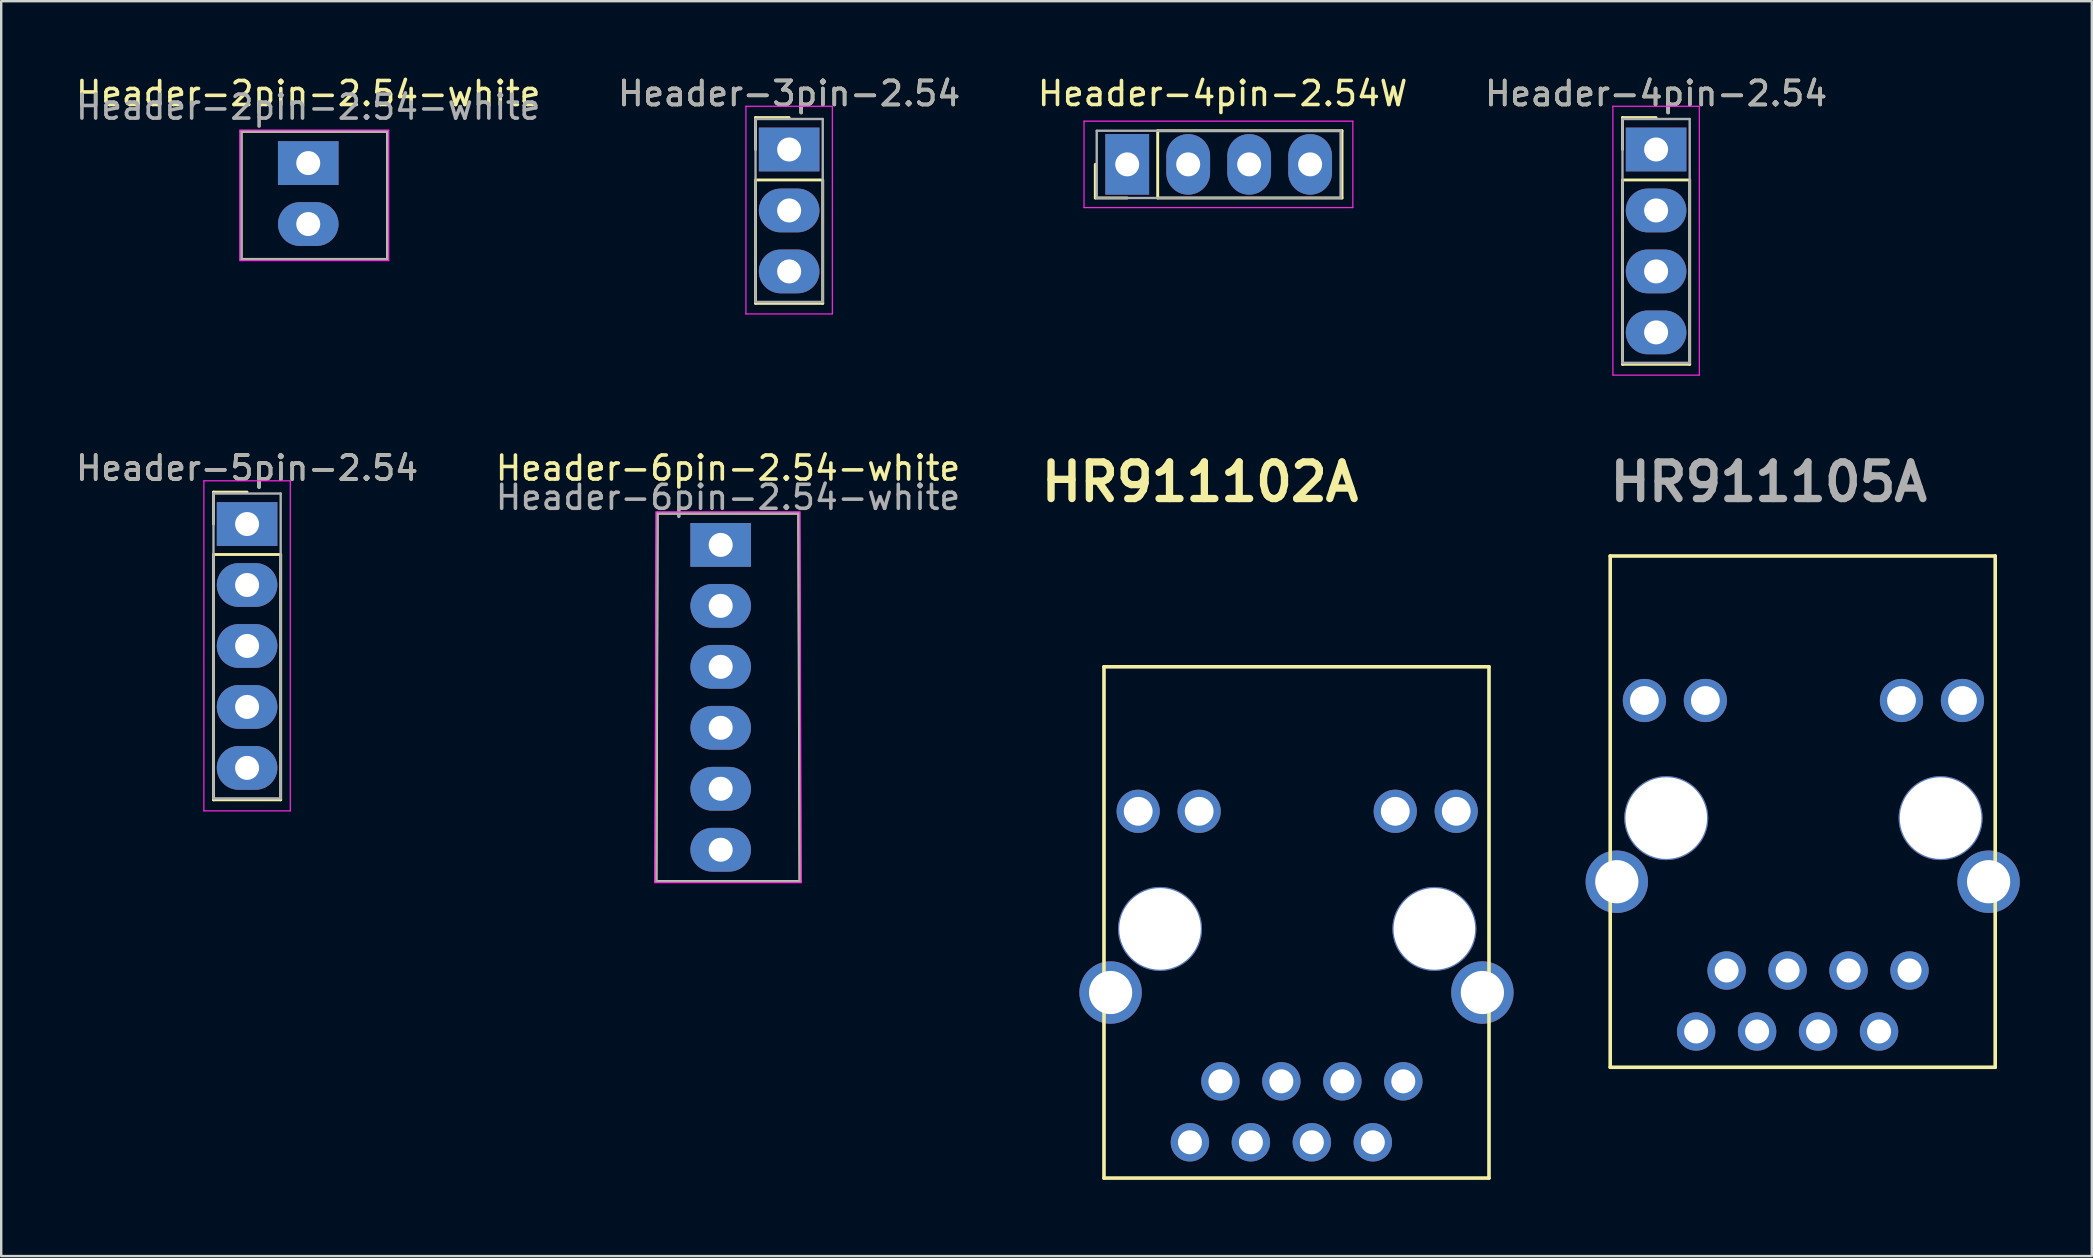
<source format=kicad_pcb>
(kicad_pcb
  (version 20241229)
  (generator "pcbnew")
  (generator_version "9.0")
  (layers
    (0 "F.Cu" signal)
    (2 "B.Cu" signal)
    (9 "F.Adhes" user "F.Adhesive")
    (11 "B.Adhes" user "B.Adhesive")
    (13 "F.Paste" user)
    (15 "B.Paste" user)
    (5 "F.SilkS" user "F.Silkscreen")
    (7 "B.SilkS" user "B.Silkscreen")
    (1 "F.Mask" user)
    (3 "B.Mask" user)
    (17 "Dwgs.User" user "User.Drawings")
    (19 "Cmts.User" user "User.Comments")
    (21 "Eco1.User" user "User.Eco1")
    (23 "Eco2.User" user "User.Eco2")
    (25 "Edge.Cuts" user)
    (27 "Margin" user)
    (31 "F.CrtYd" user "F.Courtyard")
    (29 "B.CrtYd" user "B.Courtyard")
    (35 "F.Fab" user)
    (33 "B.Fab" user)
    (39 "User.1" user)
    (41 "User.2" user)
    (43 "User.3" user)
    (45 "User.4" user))
  (footprint "Header-3pin-2.54"
    (layer "F.Cu")
    (at 29.827 3.178)
    (property "Reference" "Header-3pin-2.54" (at 0 -2.33 0) (layer "F.SilkS") (effects (font (size 1 1) (thickness 0.15))))
    (attr through_hole)
    (fp_line (start -1.4 -1.33) (end 0 -1.33) (stroke (width 0.12) (type solid)) (layer "F.SilkS"))
    (fp_line (start -1.4 0) (end -1.4 -1.33) (stroke (width 0.12) (type solid)) (layer "F.SilkS"))
    (fp_line (start -1.4 1.27) (end -1.4 6.41) (stroke (width 0.12) (type solid)) (layer "F.SilkS"))
    (fp_line (start -1.4 6.41) (end 1.4 6.41) (stroke (width 0.12) (type solid)) (layer "F.SilkS"))
    (fp_line (start 1.33 1.27) (end -1.33 1.27) (stroke (width 0.12) (type solid)) (layer "F.SilkS"))
    (fp_line (start 1.4 6.41) (end 1.4 1.27) (stroke (width 0.12) (type solid)) (layer "F.SilkS"))
    (fp_line (start -1.8 -1.8) (end -1.8 6.85) (stroke (width 0.05) (type solid)) (layer "F.CrtYd"))
    (fp_line (start -1.8 6.85) (end 1.8 6.85) (stroke (width 0.05) (type solid)) (layer "F.CrtYd"))
    (fp_line (start 1.8 -1.8) (end -1.8 -1.8) (stroke (width 0.05) (type solid)) (layer "F.CrtYd"))
    (fp_line (start 1.8 6.85) (end 1.8 -1.8) (stroke (width 0.05) (type solid)) (layer "F.CrtYd"))
    (fp_line (start -1.4 -1.27) (end -1.4 6.35) (stroke (width 0.1) (type solid)) (layer "F.Fab"))
    (fp_line (start -1.4 6.35) (end 1.4 6.35) (stroke (width 0.1) (type solid)) (layer "F.Fab"))
    (fp_line (start 1.4 -1.27) (end -1.4 -1.27) (stroke (width 0.1) (type solid)) (layer "F.Fab"))
    (fp_line (start 1.4 6.35) (end 1.4 -1.27) (stroke (width 0.1) (type solid)) (layer "F.Fab"))
    (fp_text user "${REFERENCE}" (at 0 -2.33 0) (layer "F.Fab") (effects (font (size 1 1) (thickness 0.15))))
    (pad "1" thru_hole rect (at 0 0) (size 2.524 1.824) (drill 1) (layers "*.Cu" "*.Mask"))
    (pad "2" thru_hole oval (at 0 2.54) (size 2.524 1.824) (drill 1) (layers "*.Cu" "*.Mask"))
    (pad "3" thru_hole oval (at 0 5.08) (size 2.524 1.824) (drill 1) (layers "*.Cu" "*.Mask")))
  (footprint "Header-6pin-2.54-white"
    (layer "F.Cu")
    (at 26.975 19.652)
    (property "Reference" "Header-6pin-2.54-white" (at 0.305 -3.2 0) (layer "F.SilkS") (effects (font (size 1 1) (thickness 0.15))))
    (attr through_hole)
    (fp_line (start -2.692 14.021) (end 3.302 14.021) (stroke (width 0.12) (type solid)) (layer "F.SilkS"))
    (fp_line (start -2.642 -1.321) (end -2.692 14.021) (stroke (width 0.12) (type solid)) (layer "F.SilkS"))
    (fp_line (start -2.642 -1.321) (end 3.251 -1.321) (stroke (width 0.12) (type solid)) (layer "F.SilkS"))
    (fp_line (start 3.302 14.021) (end 3.251 -1.321) (stroke (width 0.12) (type solid)) (layer "F.SilkS"))
    (fp_line (start -2.743 14.072) (end 3.353 14.072) (stroke (width 0.05) (type solid)) (layer "F.CrtYd"))
    (fp_line (start -2.692 -1.372) (end -2.743 14.072) (stroke (width 0.05) (type solid)) (layer "F.CrtYd"))
    (fp_line (start 3.302 -1.372) (end -2.692 -1.372) (stroke (width 0.05) (type solid)) (layer "F.CrtYd"))
    (fp_line (start 3.353 14.072) (end 3.302 -1.372) (stroke (width 0.05) (type solid)) (layer "F.CrtYd"))
    (fp_line (start -2.692 14.021) (end 3.302 14.021) (stroke (width 0.1) (type solid)) (layer "F.Fab"))
    (fp_line (start -2.642 -1.321) (end -2.692 14.021) (stroke (width 0.1) (type solid)) (layer "F.Fab"))
    (fp_line (start 3.251 -1.321) (end -2.642 -1.321) (stroke (width 0.1) (type solid)) (layer "F.Fab"))
    (fp_line (start 3.302 14.021) (end 3.251 -1.321) (stroke (width 0.1) (type solid)) (layer "F.Fab"))
    (fp_text user "${REFERENCE}" (at 0.305 -1.981 0) (layer "F.Fab") (effects (font (size 1 1) (thickness 0.15))))
    (pad "1" thru_hole rect (at 0 0) (size 2.524 1.824) (drill 1) (layers "*.Cu" "*.Mask"))
    (pad "2" thru_hole oval (at 0 2.54) (size 2.524 1.824) (drill 1) (layers "*.Cu" "*.Mask"))
    (pad "3" thru_hole oval (at 0 5.08) (size 2.524 1.824) (drill 1) (layers "*.Cu" "*.Mask"))
    (pad "4" thru_hole oval (at 0 7.62) (size 2.524 1.824) (drill 1) (layers "*.Cu" "*.Mask"))
    (pad "5" thru_hole oval (at 0 10.16) (size 2.524 1.824) (drill 1) (layers "*.Cu" "*.Mask"))
    (pad "6" thru_hole oval (at 0 12.7) (size 2.524 1.824) (drill 1) (layers "*.Cu" "*.Mask")))
  (footprint "HR911102A"
    (layer "F.Cu")
    (at 42.944 46.03)
    (property "Reference" "HR911102A" (at 4 -29 0) (layer "F.SilkS") (effects (font (size 1.524 1.524) (thickness 0.305))))
    (attr through_hole)
    (fp_line (start 0 -21.3) (end 16.04 -21.3) (stroke (width 0.15) (type solid)) (layer "F.SilkS"))
    (fp_line (start 0 0) (end 0 -21.3) (stroke (width 0.15) (type solid)) (layer "F.SilkS"))
    (fp_line (start 0 0) (end 16.04 0) (stroke (width 0.15) (type solid)) (layer "F.SilkS"))
    (fp_line (start 16.04 0) (end 16.04 -21.3) (stroke (width 0.15) (type solid)) (layer "F.SilkS"))
    (pad "1" thru_hole circle (at 12.47 -4.03) (size 1.6 1.6) (drill 1) (layers "*.Cu" "*.Mask"))
    (pad "2" thru_hole circle (at 11.2 -1.49) (size 1.6 1.6) (drill 1) (layers "*.Cu" "*.Mask"))
    (pad "3" thru_hole circle (at 9.93 -4.03) (size 1.6 1.6) (drill 1) (layers "*.Cu" "*.Mask"))
    (pad "4" thru_hole circle (at 8.66 -1.49) (size 1.6 1.6) (drill 1) (layers "*.Cu" "*.Mask"))
    (pad "5" thru_hole circle (at 7.39 -4.03) (size 1.6 1.6) (drill 1) (layers "*.Cu" "*.Mask"))
    (pad "6" thru_hole circle (at 6.12 -1.49) (size 1.6 1.6) (drill 1) (layers "*.Cu" "*.Mask"))
    (pad "7" thru_hole circle (at 4.85 -4.03) (size 1.6 1.6) (drill 1) (layers "*.Cu" "*.Mask"))
    (pad "8" thru_hole circle (at 3.58 -1.49) (size 1.6 1.6) (drill 1) (layers "*.Cu" "*.Mask"))
    (pad "9" thru_hole circle (at 14.675 -15.28) (size 1.8 1.8) (drill 1.2) (layers "*.Cu" "*.Mask"))
    (pad "10" thru_hole circle (at 12.135 -15.28) (size 1.8 1.8) (drill 1.2) (layers "*.Cu" "*.Mask"))
    (pad "11" thru_hole circle (at 3.965 -15.28) (size 1.8 1.8) (drill 1.2) (layers "*.Cu" "*.Mask"))
    (pad "12" thru_hole circle (at 1.425 -15.28) (size 1.8 1.8) (drill 1.2) (layers "*.Cu" "*.Mask"))
    (pad "13" thru_hole circle (at 0.275 -7.73) (size 2.6 2.6) (drill 1.8) (layers "*.Cu" "*.Mask"))
    (pad "14" thru_hole circle (at 15.765 -7.73) (size 2.6 2.6) (drill 1.8) (layers "*.Cu" "*.Mask"))
    (pad "H1" thru_hole circle (at 2.335 -10.38) (size 3.5 3.5) (drill 3.4) (layers "*.Cu" "*.Mask"))
    (pad "H2" thru_hole circle (at 13.765 -10.38) (size 3.5 3.5) (drill 3.4) (layers "*.Cu" "*.Mask")))
  (footprint "Header-2pin-2.54-white"
    (layer "F.Cu")
    (at 9.792 3.744)
    (property "Reference" "Header-2pin-2.54-white" (at 0 -2.896 0) (layer "F.SilkS") (effects (font (size 1 1) (thickness 0.15))))
    (attr through_hole)
    (fp_line (start -2.794 -1.321) (end 3.302 -1.321) (stroke (width 0.12) (type solid)) (layer "F.SilkS"))
    (fp_line (start -2.794 4.013) (end -2.794 -1.321) (stroke (width 0.12) (type solid)) (layer "F.SilkS"))
    (fp_line (start -2.794 4.013) (end 3.302 4.013) (stroke (width 0.12) (type solid)) (layer "F.SilkS"))
    (fp_line (start 3.302 4.013) (end 3.302 -1.321) (stroke (width 0.12) (type solid)) (layer "F.SilkS"))
    (fp_line (start -2.845 -1.372) (end -2.845 4.064) (stroke (width 0.05) (type solid)) (layer "F.CrtYd"))
    (fp_line (start -2.845 4.064) (end 3.353 4.064) (stroke (width 0.05) (type solid)) (layer "F.CrtYd"))
    (fp_line (start 3.353 -1.372) (end -2.845 -1.372) (stroke (width 0.05) (type solid)) (layer "F.CrtYd"))
    (fp_line (start 3.353 4.064) (end 3.353 -1.372) (stroke (width 0.05) (type solid)) (layer "F.CrtYd"))
    (fp_line (start -2.794 -1.321) (end -2.794 4.013) (stroke (width 0.1) (type solid)) (layer "F.Fab"))
    (fp_line (start -2.794 4.013) (end 3.302 4.013) (stroke (width 0.1) (type solid)) (layer "F.Fab"))
    (fp_line (start 3.302 -1.321) (end -2.794 -1.321) (stroke (width 0.1) (type solid)) (layer "F.Fab"))
    (fp_line (start 3.302 4.013) (end 3.302 -1.321) (stroke (width 0.1) (type solid)) (layer "F.Fab"))
    (fp_text user "${REFERENCE}" (at 0 -2.33 0) (layer "F.Fab") (effects (font (size 1 1) (thickness 0.15))))
    (pad "1" thru_hole rect (at 0 0) (size 2.524 1.824) (drill 1) (layers "*.Cu" "*.Mask"))
    (pad "2" thru_hole oval (at 0 2.54) (size 2.524 1.824) (drill 1) (layers "*.Cu" "*.Mask")))
  (footprint "Header-4pin-2.54"
    (layer "F.Cu")
    (at 65.946 3.178)
    (property "Reference" "Header-4pin-2.54" (at 0 -2.33 0) (layer "F.SilkS") (effects (font (size 1 1) (thickness 0.15))))
    (attr through_hole)
    (fp_line (start -1.4 -1.33) (end 0 -1.33) (stroke (width 0.12) (type solid)) (layer "F.SilkS"))
    (fp_line (start -1.4 0) (end -1.4 -1.33) (stroke (width 0.12) (type solid)) (layer "F.SilkS"))
    (fp_line (start -1.4 1.27) (end -1.4 8.95) (stroke (width 0.12) (type solid)) (layer "F.SilkS"))
    (fp_line (start -1.4 8.95) (end 1.4 8.95) (stroke (width 0.12) (type solid)) (layer "F.SilkS"))
    (fp_line (start 1.4 1.27) (end -1.4 1.27) (stroke (width 0.12) (type solid)) (layer "F.SilkS"))
    (fp_line (start 1.4 8.95) (end 1.4 1.27) (stroke (width 0.12) (type solid)) (layer "F.SilkS"))
    (fp_line (start -1.8 -1.8) (end -1.8 9.4) (stroke (width 0.05) (type solid)) (layer "F.CrtYd"))
    (fp_line (start -1.8 9.4) (end 1.8 9.4) (stroke (width 0.05) (type solid)) (layer "F.CrtYd"))
    (fp_line (start 1.8 -1.8) (end -1.8 -1.8) (stroke (width 0.05) (type solid)) (layer "F.CrtYd"))
    (fp_line (start 1.8 9.4) (end 1.8 -1.8) (stroke (width 0.05) (type solid)) (layer "F.CrtYd"))
    (fp_line (start -1.4 -1.27) (end -1.4 8.89) (stroke (width 0.1) (type solid)) (layer "F.Fab"))
    (fp_line (start -1.4 8.89) (end 1.4 8.89) (stroke (width 0.1) (type solid)) (layer "F.Fab"))
    (fp_line (start 1.4 -1.27) (end -1.4 -1.27) (stroke (width 0.1) (type solid)) (layer "F.Fab"))
    (fp_line (start 1.4 8.89) (end 1.4 -1.27) (stroke (width 0.1) (type solid)) (layer "F.Fab"))
    (fp_text user "${REFERENCE}" (at 0 -2.33 0) (layer "F.Fab") (effects (font (size 1 1) (thickness 0.15))))
    (pad "1" thru_hole rect (at 0 0) (size 2.524 1.824) (drill 1) (layers "*.Cu" "*.Mask"))
    (pad "2" thru_hole oval (at 0 2.54) (size 2.524 1.824) (drill 1) (layers "*.Cu" "*.Mask"))
    (pad "3" thru_hole oval (at 0 5.08) (size 2.524 1.824) (drill 1) (layers "*.Cu" "*.Mask"))
    (pad "4" thru_hole oval (at 0 7.62) (size 2.524 1.824) (drill 1) (layers "*.Cu" "*.Mask")))
  (footprint "Header-4pin-2.54W"
    (layer "F.Cu")
    (at 43.912 3.798)
    (property "Reference" "Header-4pin-2.54W" (at 3.975 -2.95 180) (layer "F.SilkS") (effects (font (size 1 1) (thickness 0.15))))
    (attr through_hole)
    (fp_line (start -1.33 1.4) (end -1.33 0) (stroke (width 0.12) (type solid)) (layer "F.SilkS"))
    (fp_line (start 0 1.4) (end -1.33 1.4) (stroke (width 0.12) (type solid)) (layer "F.SilkS"))
    (fp_line (start 1.27 -1.4) (end 1.27 1.4) (stroke (width 0.12) (type solid)) (layer "F.SilkS"))
    (fp_line (start 1.27 1.4) (end 8.95 1.4) (stroke (width 0.12) (type solid)) (layer "F.SilkS"))
    (fp_line (start 8.95 -1.4) (end 1.27 -1.4) (stroke (width 0.12) (type solid)) (layer "F.SilkS"))
    (fp_line (start 8.95 1.4) (end 8.95 -1.4) (stroke (width 0.12) (type solid)) (layer "F.SilkS"))
    (fp_line (start -1.8 -1.8) (end -1.8 1.8) (stroke (width 0.05) (type solid)) (layer "F.CrtYd"))
    (fp_line (start -1.8 1.8) (end 9.4 1.8) (stroke (width 0.05) (type solid)) (layer "F.CrtYd"))
    (fp_line (start 9.4 -1.8) (end -1.8 -1.8) (stroke (width 0.05) (type solid)) (layer "F.CrtYd"))
    (fp_line (start 9.4 1.8) (end 9.4 -1.8) (stroke (width 0.05) (type solid)) (layer "F.CrtYd"))
    (fp_line (start -1.27 -1.4) (end -1.27 1.4) (stroke (width 0.1) (type solid)) (layer "F.Fab"))
    (fp_line (start -1.27 1.4) (end 8.89 1.4) (stroke (width 0.1) (type solid)) (layer "F.Fab"))
    (fp_line (start 8.89 -1.4) (end -1.27 -1.4) (stroke (width 0.1) (type solid)) (layer "F.Fab"))
    (fp_line (start 8.89 1.4) (end 8.89 -1.4) (stroke (width 0.1) (type solid)) (layer "F.Fab"))
    (pad "1" thru_hole rect (at 0 0 90) (size 2.524 1.824) (drill 1) (layers "*.Cu" "*.Mask"))
    (pad "2" thru_hole oval (at 2.54 0 90) (size 2.524 1.824) (drill 1) (layers "*.Cu" "*.Mask"))
    (pad "3" thru_hole oval (at 5.08 0 90) (size 2.524 1.824) (drill 1) (layers "*.Cu" "*.Mask"))
    (pad "4" thru_hole oval (at 7.62 0 90) (size 2.524 1.824) (drill 1) (layers "*.Cu" "*.Mask")))
  (footprint "Header-5pin-2.54"
    (layer "F.Cu")
    (at 7.244 18.782)
    (property "Reference" "Header-5pin-2.54" (at 0 -2.33 0) (layer "F.SilkS") (effects (font (size 1 1) (thickness 0.15))))
    (attr through_hole)
    (fp_line (start -1.4 -1.33) (end 0 -1.33) (stroke (width 0.12) (type solid)) (layer "F.SilkS"))
    (fp_line (start -1.4 0) (end -1.4 -1.33) (stroke (width 0.12) (type solid)) (layer "F.SilkS"))
    (fp_line (start -1.4 1.27) (end -1.4 11.49) (stroke (width 0.12) (type solid)) (layer "F.SilkS"))
    (fp_line (start -1.4 11.49) (end 1.4 11.49) (stroke (width 0.12) (type solid)) (layer "F.SilkS"))
    (fp_line (start 1.4 1.27) (end -1.4 1.27) (stroke (width 0.12) (type solid)) (layer "F.SilkS"))
    (fp_line (start 1.4 11.49) (end 1.4 1.27) (stroke (width 0.12) (type solid)) (layer "F.SilkS"))
    (fp_line (start -1.8 -1.8) (end -1.8 11.95) (stroke (width 0.05) (type solid)) (layer "F.CrtYd"))
    (fp_line (start -1.8 11.95) (end 1.8 11.95) (stroke (width 0.05) (type solid)) (layer "F.CrtYd"))
    (fp_line (start 1.8 -1.8) (end -1.8 -1.8) (stroke (width 0.05) (type solid)) (layer "F.CrtYd"))
    (fp_line (start 1.8 11.95) (end 1.8 -1.8) (stroke (width 0.05) (type solid)) (layer "F.CrtYd"))
    (fp_line (start -1.4 -1.27) (end -1.4 11.43) (stroke (width 0.1) (type solid)) (layer "F.Fab"))
    (fp_line (start -1.4 11.43) (end 1.4 11.43) (stroke (width 0.1) (type solid)) (layer "F.Fab"))
    (fp_line (start 1.4 -1.27) (end -1.4 -1.27) (stroke (width 0.1) (type solid)) (layer "F.Fab"))
    (fp_line (start 1.4 11.43) (end 1.4 -1.27) (stroke (width 0.1) (type solid)) (layer "F.Fab"))
    (fp_text user "${REFERENCE}" (at 0 -2.33 0) (layer "F.Fab") (effects (font (size 1 1) (thickness 0.15))))
    (pad "1" thru_hole rect (at 0 0) (size 2.524 1.824) (drill 1) (layers "*.Cu" "*.Mask"))
    (pad "2" thru_hole oval (at 0 2.54) (size 2.524 1.824) (drill 1) (layers "*.Cu" "*.Mask"))
    (pad "3" thru_hole oval (at 0 5.08) (size 2.524 1.824) (drill 1) (layers "*.Cu" "*.Mask"))
    (pad "4" thru_hole oval (at 0 7.62) (size 2.524 1.824) (drill 1) (layers "*.Cu" "*.Mask"))
    (pad "5" thru_hole oval (at 0 10.16) (size 2.524 1.824) (drill 1) (layers "*.Cu" "*.Mask")))
  (footprint "HR911105A"
    (layer "F.Cu")
    (at 64.034 41.414)
    (property "Reference" "HR911105A" (at 6.604 -24.384 0) (layer "F.Fab") (effects (font (size 1.524 1.524) (thickness 0.305))))
    (attr through_hole)
    (fp_line (start 0 -21.3) (end 16.04 -21.3) (stroke (width 0.15) (type solid)) (layer "F.SilkS"))
    (fp_line (start 0 0) (end 0 -21.3) (stroke (width 0.15) (type solid)) (layer "F.SilkS"))
    (fp_line (start 0 0) (end 16.04 0) (stroke (width 0.15) (type solid)) (layer "F.SilkS"))
    (fp_line (start 16.04 0) (end 16.04 -21.3) (stroke (width 0.15) (type solid)) (layer "F.SilkS"))
    (pad "1" thru_hole circle (at 12.47 -4.03) (size 1.6 1.6) (drill 1) (layers "*.Cu" "*.Mask"))
    (pad "2" thru_hole circle (at 11.2 -1.49) (size 1.6 1.6) (drill 1) (layers "*.Cu" "*.Mask"))
    (pad "3" thru_hole circle (at 9.93 -4.03) (size 1.6 1.6) (drill 1) (layers "*.Cu" "*.Mask"))
    (pad "4" thru_hole circle (at 8.66 -1.49) (size 1.6 1.6) (drill 1) (layers "*.Cu" "*.Mask"))
    (pad "5" thru_hole circle (at 7.39 -4.03) (size 1.6 1.6) (drill 1) (layers "*.Cu" "*.Mask"))
    (pad "6" thru_hole circle (at 6.12 -1.49) (size 1.6 1.6) (drill 1) (layers "*.Cu" "*.Mask"))
    (pad "7" thru_hole circle (at 4.85 -4.03) (size 1.6 1.6) (drill 1) (layers "*.Cu" "*.Mask"))
    (pad "8" thru_hole circle (at 3.58 -1.49) (size 1.6 1.6) (drill 1) (layers "*.Cu" "*.Mask"))
    (pad "9" thru_hole circle (at 14.675 -15.28) (size 1.8 1.8) (drill 1.2) (layers "*.Cu" "*.Mask"))
    (pad "10" thru_hole circle (at 12.135 -15.28) (size 1.8 1.8) (drill 1.2) (layers "*.Cu" "*.Mask"))
    (pad "11" thru_hole circle (at 3.965 -15.28) (size 1.8 1.8) (drill 1.2) (layers "*.Cu" "*.Mask"))
    (pad "12" thru_hole circle (at 1.425 -15.28) (size 1.8 1.8) (drill 1.2) (layers "*.Cu" "*.Mask"))
    (pad "13" thru_hole circle (at 0.275 -7.73) (size 2.6 2.6) (drill 1.8) (layers "*.Cu" "*.Mask"))
    (pad "14" thru_hole circle (at 15.765 -7.73) (size 2.6 2.6) (drill 1.8) (layers "*.Cu" "*.Mask"))
    (pad "H1" thru_hole circle (at 2.335 -10.38) (size 3.5 3.5) (drill 3.4) (layers "*.Cu" "*.Mask"))
    (pad "H2" thru_hole circle (at 13.765 -10.38) (size 3.5 3.5) (drill 3.4) (layers "*.Cu" "*.Mask")))
  (gr_rect
    (start -3 -3)
    (end 84.099 49.28)
    (stroke (width 0.1) (type default))
    (fill no)
    (layer "Edge.Cuts")))
</source>
